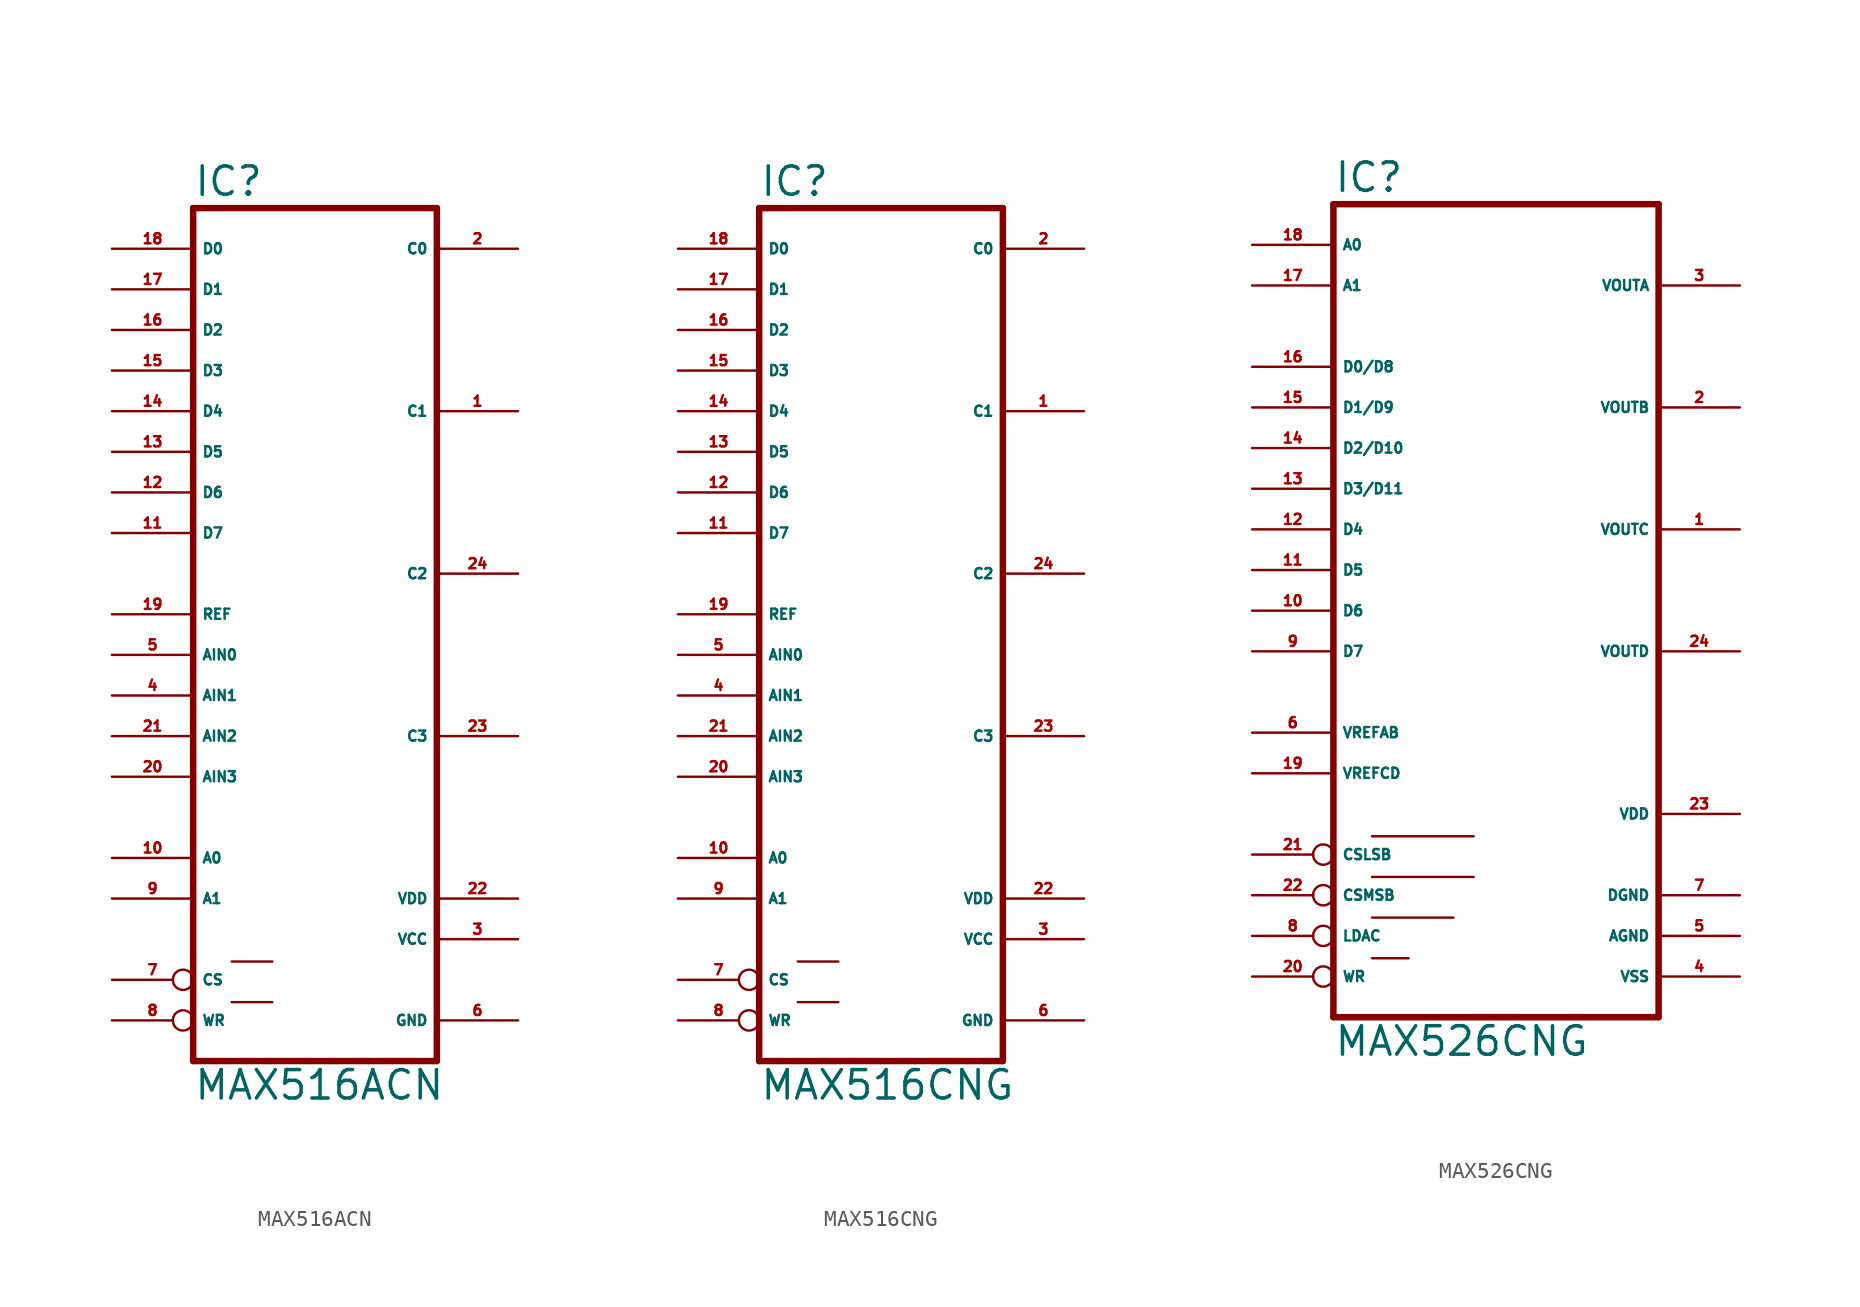
<source format=kicad_sym>
(kicad_symbol_lib
  (version 20220914)
  (generator Eagle2Kicad)
  (symbol "MAX516ACN"
    (property "Reference" "IC"
      (at -7.62 26.035 0)
      (effects (font (size 1.778 1.778) (thickness 0.22)) (justify left bottom)))
    (property "Value" "MAX516ACN"
      (at -7.62 -30.48 0)
      (effects (font (size 1.778 1.778) (thickness 0.22)) (justify left bottom)))
    (polyline
      (pts (xy 7.62 -27.94) (xy -7.62 -27.94))
      (stroke (width 0.406) (type default))
      (fill (type none)))
    (polyline
      (pts (xy -7.62 25.4) (xy -7.62 -27.94))
      (stroke (width 0.406) (type default))
      (fill (type none)))
    (polyline
      (pts (xy -7.62 25.4) (xy 7.62 25.4))
      (stroke (width 0.406) (type default))
      (fill (type none)))
    (polyline
      (pts (xy 7.62 -27.94) (xy 7.62 25.4))
      (stroke (width 0.406) (type default))
      (fill (type none)))
    (polyline
      (pts (xy -5.207 -21.717) (xy -2.667 -21.717))
      (stroke (width 0.152) (type default))
      (fill (type none)))
    (polyline
      (pts (xy -5.207 -24.257) (xy -2.667 -24.257))
      (stroke (width 0.152) (type default))
      (fill (type none)))
    (pin unspecified line
      (at 12.7 -17.78 180)
      (length 5.08)
      (name "VDD" (effects (font (size 0.635 0.635) (thickness 0.08)) (justify left bottom)))
      (number "22" (effects (font (size 0.635 0.635) (thickness 0.08)) (justify left bottom))))
    (pin output line
      (at 12.7 2.54 180)
      (length 5.08)
      (name "C2" (effects (font (size 0.635 0.635) (thickness 0.08)) (justify left bottom)))
      (number "24" (effects (font (size 0.635 0.635) (thickness 0.08)) (justify left bottom))))
    (pin output line
      (at 12.7 -7.62 180)
      (length 5.08)
      (name "C3" (effects (font (size 0.635 0.635) (thickness 0.08)) (justify left bottom)))
      (number "23" (effects (font (size 0.635 0.635) (thickness 0.08)) (justify left bottom))))
    (pin output line
      (at 12.7 12.7 180)
      (length 5.08)
      (name "C1" (effects (font (size 0.635 0.635) (thickness 0.08)) (justify left bottom)))
      (number "1" (effects (font (size 0.635 0.635) (thickness 0.08)) (justify left bottom))))
    (pin output line
      (at 12.7 22.86 180)
      (length 5.08)
      (name "C0" (effects (font (size 0.635 0.635) (thickness 0.08)) (justify left bottom)))
      (number "2" (effects (font (size 0.635 0.635) (thickness 0.08)) (justify left bottom))))
    (pin input line
      (at -12.7 22.86 0)
      (length 5.08)
      (name "D0" (effects (font (size 0.635 0.635) (thickness 0.08)) (justify left bottom)))
      (number "18" (effects (font (size 0.635 0.635) (thickness 0.08)) (justify left bottom))))
    (pin unspecified line
      (at 12.7 -20.32 180)
      (length 5.08)
      (name "VCC" (effects (font (size 0.635 0.635) (thickness 0.08)) (justify left bottom)))
      (number "3" (effects (font (size 0.635 0.635) (thickness 0.08)) (justify left bottom))))
    (pin unspecified line
      (at 12.7 -25.4 180)
      (length 5.08)
      (name "GND" (effects (font (size 0.635 0.635) (thickness 0.08)) (justify left bottom)))
      (number "6" (effects (font (size 0.635 0.635) (thickness 0.08)) (justify left bottom))))
    (pin input inverted
      (at -12.7 -22.86 0)
      (length 5.08)
      (name "CS" (effects (font (size 0.635 0.635) (thickness 0.08)) (justify left bottom)))
      (number "7" (effects (font (size 0.635 0.635) (thickness 0.08)) (justify left bottom))))
    (pin input inverted
      (at -12.7 -25.4 0)
      (length 5.08)
      (name "WR" (effects (font (size 0.635 0.635) (thickness 0.08)) (justify left bottom)))
      (number "8" (effects (font (size 0.635 0.635) (thickness 0.08)) (justify left bottom))))
    (pin input line
      (at -12.7 17.78 0)
      (length 5.08)
      (name "D2" (effects (font (size 0.635 0.635) (thickness 0.08)) (justify left bottom)))
      (number "16" (effects (font (size 0.635 0.635) (thickness 0.08)) (justify left bottom))))
    (pin input line
      (at -12.7 15.24 0)
      (length 5.08)
      (name "D3" (effects (font (size 0.635 0.635) (thickness 0.08)) (justify left bottom)))
      (number "15" (effects (font (size 0.635 0.635) (thickness 0.08)) (justify left bottom))))
    (pin input line
      (at -12.7 12.7 0)
      (length 5.08)
      (name "D4" (effects (font (size 0.635 0.635) (thickness 0.08)) (justify left bottom)))
      (number "14" (effects (font (size 0.635 0.635) (thickness 0.08)) (justify left bottom))))
    (pin input line
      (at -12.7 10.16 0)
      (length 5.08)
      (name "D5" (effects (font (size 0.635 0.635) (thickness 0.08)) (justify left bottom)))
      (number "13" (effects (font (size 0.635 0.635) (thickness 0.08)) (justify left bottom))))
    (pin input line
      (at -12.7 7.62 0)
      (length 5.08)
      (name "D6" (effects (font (size 0.635 0.635) (thickness 0.08)) (justify left bottom)))
      (number "12" (effects (font (size 0.635 0.635) (thickness 0.08)) (justify left bottom))))
    (pin input line
      (at -12.7 20.32 0)
      (length 5.08)
      (name "D1" (effects (font (size 0.635 0.635) (thickness 0.08)) (justify left bottom)))
      (number "17" (effects (font (size 0.635 0.635) (thickness 0.08)) (justify left bottom))))
    (pin input line
      (at -12.7 -17.78 0)
      (length 5.08)
      (name "A1" (effects (font (size 0.635 0.635) (thickness 0.08)) (justify left bottom)))
      (number "9" (effects (font (size 0.635 0.635) (thickness 0.08)) (justify left bottom))))
    (pin input line
      (at -12.7 -15.24 0)
      (length 5.08)
      (name "A0" (effects (font (size 0.635 0.635) (thickness 0.08)) (justify left bottom)))
      (number "10" (effects (font (size 0.635 0.635) (thickness 0.08)) (justify left bottom))))
    (pin input line
      (at -12.7 5.08 0)
      (length 5.08)
      (name "D7" (effects (font (size 0.635 0.635) (thickness 0.08)) (justify left bottom)))
      (number "11" (effects (font (size 0.635 0.635) (thickness 0.08)) (justify left bottom))))
    (pin input line
      (at -12.7 -5.08 0)
      (length 5.08)
      (name "AIN1" (effects (font (size 0.635 0.635) (thickness 0.08)) (justify left bottom)))
      (number "4" (effects (font (size 0.635 0.635) (thickness 0.08)) (justify left bottom))))
    (pin input line
      (at -12.7 -7.62 0)
      (length 5.08)
      (name "AIN2" (effects (font (size 0.635 0.635) (thickness 0.08)) (justify left bottom)))
      (number "21" (effects (font (size 0.635 0.635) (thickness 0.08)) (justify left bottom))))
    (pin input line
      (at -12.7 -10.16 0)
      (length 5.08)
      (name "AIN3" (effects (font (size 0.635 0.635) (thickness 0.08)) (justify left bottom)))
      (number "20" (effects (font (size 0.635 0.635) (thickness 0.08)) (justify left bottom))))
    (pin input line
      (at -12.7 -2.54 0)
      (length 5.08)
      (name "AIN0" (effects (font (size 0.635 0.635) (thickness 0.08)) (justify left bottom)))
      (number "5" (effects (font (size 0.635 0.635) (thickness 0.08)) (justify left bottom))))
    (pin input line
      (at -12.7 0 0)
      (length 5.08)
      (name "REF" (effects (font (size 0.635 0.635) (thickness 0.08)) (justify left bottom)))
      (number "19" (effects (font (size 0.635 0.635) (thickness 0.08)) (justify left bottom)))))
  (symbol "MAX516CNG"
    (property "Reference" "IC"
      (at -7.62 26.035 0)
      (effects (font (size 1.778 1.778) (thickness 0.22)) (justify left bottom)))
    (property "Value" "MAX516CNG"
      (at -7.62 -30.48 0)
      (effects (font (size 1.778 1.778) (thickness 0.22)) (justify left bottom)))
    (polyline
      (pts (xy 7.62 -27.94) (xy -7.62 -27.94))
      (stroke (width 0.406) (type default))
      (fill (type none)))
    (polyline
      (pts (xy -7.62 25.4) (xy -7.62 -27.94))
      (stroke (width 0.406) (type default))
      (fill (type none)))
    (polyline
      (pts (xy -7.62 25.4) (xy 7.62 25.4))
      (stroke (width 0.406) (type default))
      (fill (type none)))
    (polyline
      (pts (xy 7.62 -27.94) (xy 7.62 25.4))
      (stroke (width 0.406) (type default))
      (fill (type none)))
    (polyline
      (pts (xy -5.207 -21.717) (xy -2.667 -21.717))
      (stroke (width 0.152) (type default))
      (fill (type none)))
    (polyline
      (pts (xy -5.207 -24.257) (xy -2.667 -24.257))
      (stroke (width 0.152) (type default))
      (fill (type none)))
    (pin unspecified line
      (at 12.7 -17.78 180)
      (length 5.08)
      (name "VDD" (effects (font (size 0.635 0.635) (thickness 0.08)) (justify left bottom)))
      (number "22" (effects (font (size 0.635 0.635) (thickness 0.08)) (justify left bottom))))
    (pin output line
      (at 12.7 2.54 180)
      (length 5.08)
      (name "C2" (effects (font (size 0.635 0.635) (thickness 0.08)) (justify left bottom)))
      (number "24" (effects (font (size 0.635 0.635) (thickness 0.08)) (justify left bottom))))
    (pin output line
      (at 12.7 -7.62 180)
      (length 5.08)
      (name "C3" (effects (font (size 0.635 0.635) (thickness 0.08)) (justify left bottom)))
      (number "23" (effects (font (size 0.635 0.635) (thickness 0.08)) (justify left bottom))))
    (pin output line
      (at 12.7 12.7 180)
      (length 5.08)
      (name "C1" (effects (font (size 0.635 0.635) (thickness 0.08)) (justify left bottom)))
      (number "1" (effects (font (size 0.635 0.635) (thickness 0.08)) (justify left bottom))))
    (pin output line
      (at 12.7 22.86 180)
      (length 5.08)
      (name "C0" (effects (font (size 0.635 0.635) (thickness 0.08)) (justify left bottom)))
      (number "2" (effects (font (size 0.635 0.635) (thickness 0.08)) (justify left bottom))))
    (pin input line
      (at -12.7 22.86 0)
      (length 5.08)
      (name "D0" (effects (font (size 0.635 0.635) (thickness 0.08)) (justify left bottom)))
      (number "18" (effects (font (size 0.635 0.635) (thickness 0.08)) (justify left bottom))))
    (pin unspecified line
      (at 12.7 -20.32 180)
      (length 5.08)
      (name "VCC" (effects (font (size 0.635 0.635) (thickness 0.08)) (justify left bottom)))
      (number "3" (effects (font (size 0.635 0.635) (thickness 0.08)) (justify left bottom))))
    (pin unspecified line
      (at 12.7 -25.4 180)
      (length 5.08)
      (name "GND" (effects (font (size 0.635 0.635) (thickness 0.08)) (justify left bottom)))
      (number "6" (effects (font (size 0.635 0.635) (thickness 0.08)) (justify left bottom))))
    (pin input inverted
      (at -12.7 -22.86 0)
      (length 5.08)
      (name "CS" (effects (font (size 0.635 0.635) (thickness 0.08)) (justify left bottom)))
      (number "7" (effects (font (size 0.635 0.635) (thickness 0.08)) (justify left bottom))))
    (pin input inverted
      (at -12.7 -25.4 0)
      (length 5.08)
      (name "WR" (effects (font (size 0.635 0.635) (thickness 0.08)) (justify left bottom)))
      (number "8" (effects (font (size 0.635 0.635) (thickness 0.08)) (justify left bottom))))
    (pin input line
      (at -12.7 17.78 0)
      (length 5.08)
      (name "D2" (effects (font (size 0.635 0.635) (thickness 0.08)) (justify left bottom)))
      (number "16" (effects (font (size 0.635 0.635) (thickness 0.08)) (justify left bottom))))
    (pin input line
      (at -12.7 15.24 0)
      (length 5.08)
      (name "D3" (effects (font (size 0.635 0.635) (thickness 0.08)) (justify left bottom)))
      (number "15" (effects (font (size 0.635 0.635) (thickness 0.08)) (justify left bottom))))
    (pin input line
      (at -12.7 12.7 0)
      (length 5.08)
      (name "D4" (effects (font (size 0.635 0.635) (thickness 0.08)) (justify left bottom)))
      (number "14" (effects (font (size 0.635 0.635) (thickness 0.08)) (justify left bottom))))
    (pin input line
      (at -12.7 10.16 0)
      (length 5.08)
      (name "D5" (effects (font (size 0.635 0.635) (thickness 0.08)) (justify left bottom)))
      (number "13" (effects (font (size 0.635 0.635) (thickness 0.08)) (justify left bottom))))
    (pin input line
      (at -12.7 7.62 0)
      (length 5.08)
      (name "D6" (effects (font (size 0.635 0.635) (thickness 0.08)) (justify left bottom)))
      (number "12" (effects (font (size 0.635 0.635) (thickness 0.08)) (justify left bottom))))
    (pin input line
      (at -12.7 20.32 0)
      (length 5.08)
      (name "D1" (effects (font (size 0.635 0.635) (thickness 0.08)) (justify left bottom)))
      (number "17" (effects (font (size 0.635 0.635) (thickness 0.08)) (justify left bottom))))
    (pin input line
      (at -12.7 -17.78 0)
      (length 5.08)
      (name "A1" (effects (font (size 0.635 0.635) (thickness 0.08)) (justify left bottom)))
      (number "9" (effects (font (size 0.635 0.635) (thickness 0.08)) (justify left bottom))))
    (pin input line
      (at -12.7 -15.24 0)
      (length 5.08)
      (name "A0" (effects (font (size 0.635 0.635) (thickness 0.08)) (justify left bottom)))
      (number "10" (effects (font (size 0.635 0.635) (thickness 0.08)) (justify left bottom))))
    (pin input line
      (at -12.7 5.08 0)
      (length 5.08)
      (name "D7" (effects (font (size 0.635 0.635) (thickness 0.08)) (justify left bottom)))
      (number "11" (effects (font (size 0.635 0.635) (thickness 0.08)) (justify left bottom))))
    (pin input line
      (at -12.7 -5.08 0)
      (length 5.08)
      (name "AIN1" (effects (font (size 0.635 0.635) (thickness 0.08)) (justify left bottom)))
      (number "4" (effects (font (size 0.635 0.635) (thickness 0.08)) (justify left bottom))))
    (pin input line
      (at -12.7 -7.62 0)
      (length 5.08)
      (name "AIN2" (effects (font (size 0.635 0.635) (thickness 0.08)) (justify left bottom)))
      (number "21" (effects (font (size 0.635 0.635) (thickness 0.08)) (justify left bottom))))
    (pin input line
      (at -12.7 -10.16 0)
      (length 5.08)
      (name "AIN3" (effects (font (size 0.635 0.635) (thickness 0.08)) (justify left bottom)))
      (number "20" (effects (font (size 0.635 0.635) (thickness 0.08)) (justify left bottom))))
    (pin input line
      (at -12.7 -2.54 0)
      (length 5.08)
      (name "AIN0" (effects (font (size 0.635 0.635) (thickness 0.08)) (justify left bottom)))
      (number "5" (effects (font (size 0.635 0.635) (thickness 0.08)) (justify left bottom))))
    (pin input line
      (at -12.7 0 0)
      (length 5.08)
      (name "REF" (effects (font (size 0.635 0.635) (thickness 0.08)) (justify left bottom)))
      (number "19" (effects (font (size 0.635 0.635) (thickness 0.08)) (justify left bottom)))))
  (symbol "MAX526CNG"
    (property "Reference" "IC"
      (at -10.16 26.035 0)
      (effects (font (size 1.778 1.778) (thickness 0.22)) (justify left bottom)))
    (property "Value" "MAX526CNG"
      (at -10.16 -27.94 0)
      (effects (font (size 1.778 1.778) (thickness 0.22)) (justify left bottom)))
    (polyline
      (pts (xy -10.16 -25.4) (xy 10.16 -25.4))
      (stroke (width 0.406) (type default))
      (fill (type none)))
    (polyline
      (pts (xy 10.16 25.4) (xy 10.16 -25.4))
      (stroke (width 0.406) (type default))
      (fill (type none)))
    (polyline
      (pts (xy 10.16 25.4) (xy -10.16 25.4))
      (stroke (width 0.406) (type default))
      (fill (type none)))
    (polyline
      (pts (xy -10.16 -25.4) (xy -10.16 25.4))
      (stroke (width 0.406) (type default))
      (fill (type none)))
    (polyline
      (pts (xy -7.747 -19.177) (xy -2.667 -19.177))
      (stroke (width 0.152) (type default))
      (fill (type none)))
    (polyline
      (pts (xy -7.747 -21.717) (xy -5.461 -21.717))
      (stroke (width 0.152) (type default))
      (fill (type none)))
    (polyline
      (pts (xy -7.747 -16.637) (xy -1.397 -16.637))
      (stroke (width 0.152) (type default))
      (fill (type none)))
    (polyline
      (pts (xy -7.747 -14.097) (xy -1.397 -14.097))
      (stroke (width 0.152) (type default))
      (fill (type none)))
    (pin input line
      (at -15.24 2.54 0)
      (length 5.08)
      (name "D5" (effects (font (size 0.635 0.635) (thickness 0.08)) (justify left bottom)))
      (number "11" (effects (font (size 0.635 0.635) (thickness 0.08)) (justify left bottom))))
    (pin input line
      (at -15.24 0 0)
      (length 5.08)
      (name "D6" (effects (font (size 0.635 0.635) (thickness 0.08)) (justify left bottom)))
      (number "10" (effects (font (size 0.635 0.635) (thickness 0.08)) (justify left bottom))))
    (pin input line
      (at -15.24 -2.54 0)
      (length 5.08)
      (name "D7" (effects (font (size 0.635 0.635) (thickness 0.08)) (justify left bottom)))
      (number "9" (effects (font (size 0.635 0.635) (thickness 0.08)) (justify left bottom))))
    (pin input line
      (at -15.24 15.24 0)
      (length 5.08)
      (name "D0/D8" (effects (font (size 0.635 0.635) (thickness 0.08)) (justify left bottom)))
      (number "16" (effects (font (size 0.635 0.635) (thickness 0.08)) (justify left bottom))))
    (pin input line
      (at -15.24 12.7 0)
      (length 5.08)
      (name "D1/D9" (effects (font (size 0.635 0.635) (thickness 0.08)) (justify left bottom)))
      (number "15" (effects (font (size 0.635 0.635) (thickness 0.08)) (justify left bottom))))
    (pin input line
      (at -15.24 10.16 0)
      (length 5.08)
      (name "D2/D10" (effects (font (size 0.635 0.635) (thickness 0.08)) (justify left bottom)))
      (number "14" (effects (font (size 0.635 0.635) (thickness 0.08)) (justify left bottom))))
    (pin input line
      (at -15.24 7.62 0)
      (length 5.08)
      (name "D3/D11" (effects (font (size 0.635 0.635) (thickness 0.08)) (justify left bottom)))
      (number "13" (effects (font (size 0.635 0.635) (thickness 0.08)) (justify left bottom))))
    (pin input line
      (at -15.24 5.08 0)
      (length 5.08)
      (name "D4" (effects (font (size 0.635 0.635) (thickness 0.08)) (justify left bottom)))
      (number "12" (effects (font (size 0.635 0.635) (thickness 0.08)) (justify left bottom))))
    (pin input line
      (at -15.24 22.86 0)
      (length 5.08)
      (name "A0" (effects (font (size 0.635 0.635) (thickness 0.08)) (justify left bottom)))
      (number "18" (effects (font (size 0.635 0.635) (thickness 0.08)) (justify left bottom))))
    (pin input line
      (at -15.24 20.32 0)
      (length 5.08)
      (name "A1" (effects (font (size 0.635 0.635) (thickness 0.08)) (justify left bottom)))
      (number "17" (effects (font (size 0.635 0.635) (thickness 0.08)) (justify left bottom))))
    (pin input inverted
      (at -15.24 -20.32 0)
      (length 5.08)
      (name "LDAC" (effects (font (size 0.635 0.635) (thickness 0.08)) (justify left bottom)))
      (number "8" (effects (font (size 0.635 0.635) (thickness 0.08)) (justify left bottom))))
    (pin output line
      (at 15.24 20.32 180)
      (length 5.08)
      (name "VOUTA" (effects (font (size 0.635 0.635) (thickness 0.08)) (justify left bottom)))
      (number "3" (effects (font (size 0.635 0.635) (thickness 0.08)) (justify left bottom))))
    (pin input inverted
      (at -15.24 -22.86 0)
      (length 5.08)
      (name "WR" (effects (font (size 0.635 0.635) (thickness 0.08)) (justify left bottom)))
      (number "20" (effects (font (size 0.635 0.635) (thickness 0.08)) (justify left bottom))))
    (pin unspecified line
      (at 15.24 -20.32 180)
      (length 5.08)
      (name "AGND" (effects (font (size 0.635 0.635) (thickness 0.08)) (justify left bottom)))
      (number "5" (effects (font (size 0.635 0.635) (thickness 0.08)) (justify left bottom))))
    (pin unspecified line
      (at 15.24 -17.78 180)
      (length 5.08)
      (name "DGND" (effects (font (size 0.635 0.635) (thickness 0.08)) (justify left bottom)))
      (number "7" (effects (font (size 0.635 0.635) (thickness 0.08)) (justify left bottom))))
    (pin unspecified line
      (at 15.24 -12.7 180)
      (length 5.08)
      (name "VDD" (effects (font (size 0.635 0.635) (thickness 0.08)) (justify left bottom)))
      (number "23" (effects (font (size 0.635 0.635) (thickness 0.08)) (justify left bottom))))
    (pin output line
      (at 15.24 12.7 180)
      (length 5.08)
      (name "VOUTB" (effects (font (size 0.635 0.635) (thickness 0.08)) (justify left bottom)))
      (number "2" (effects (font (size 0.635 0.635) (thickness 0.08)) (justify left bottom))))
    (pin output line
      (at 15.24 5.08 180)
      (length 5.08)
      (name "VOUTC" (effects (font (size 0.635 0.635) (thickness 0.08)) (justify left bottom)))
      (number "1" (effects (font (size 0.635 0.635) (thickness 0.08)) (justify left bottom))))
    (pin output line
      (at 15.24 -2.54 180)
      (length 5.08)
      (name "VOUTD" (effects (font (size 0.635 0.635) (thickness 0.08)) (justify left bottom)))
      (number "24" (effects (font (size 0.635 0.635) (thickness 0.08)) (justify left bottom))))
    (pin input line
      (at -15.24 -7.62 0)
      (length 5.08)
      (name "VREFAB" (effects (font (size 0.635 0.635) (thickness 0.08)) (justify left bottom)))
      (number "6" (effects (font (size 0.635 0.635) (thickness 0.08)) (justify left bottom))))
    (pin input line
      (at -15.24 -10.16 0)
      (length 5.08)
      (name "VREFCD" (effects (font (size 0.635 0.635) (thickness 0.08)) (justify left bottom)))
      (number "19" (effects (font (size 0.635 0.635) (thickness 0.08)) (justify left bottom))))
    (pin input inverted
      (at -15.24 -15.24 0)
      (length 5.08)
      (name "CSLSB" (effects (font (size 0.635 0.635) (thickness 0.08)) (justify left bottom)))
      (number "21" (effects (font (size 0.635 0.635) (thickness 0.08)) (justify left bottom))))
    (pin input inverted
      (at -15.24 -17.78 0)
      (length 5.08)
      (name "CSMSB" (effects (font (size 0.635 0.635) (thickness 0.08)) (justify left bottom)))
      (number "22" (effects (font (size 0.635 0.635) (thickness 0.08)) (justify left bottom))))
    (pin unspecified line
      (at 15.24 -22.86 180)
      (length 5.08)
      (name "VSS" (effects (font (size 0.635 0.635) (thickness 0.08)) (justify left bottom)))
      (number "4" (effects (font (size 0.635 0.635) (thickness 0.08)) (justify left bottom))))))
</source>
